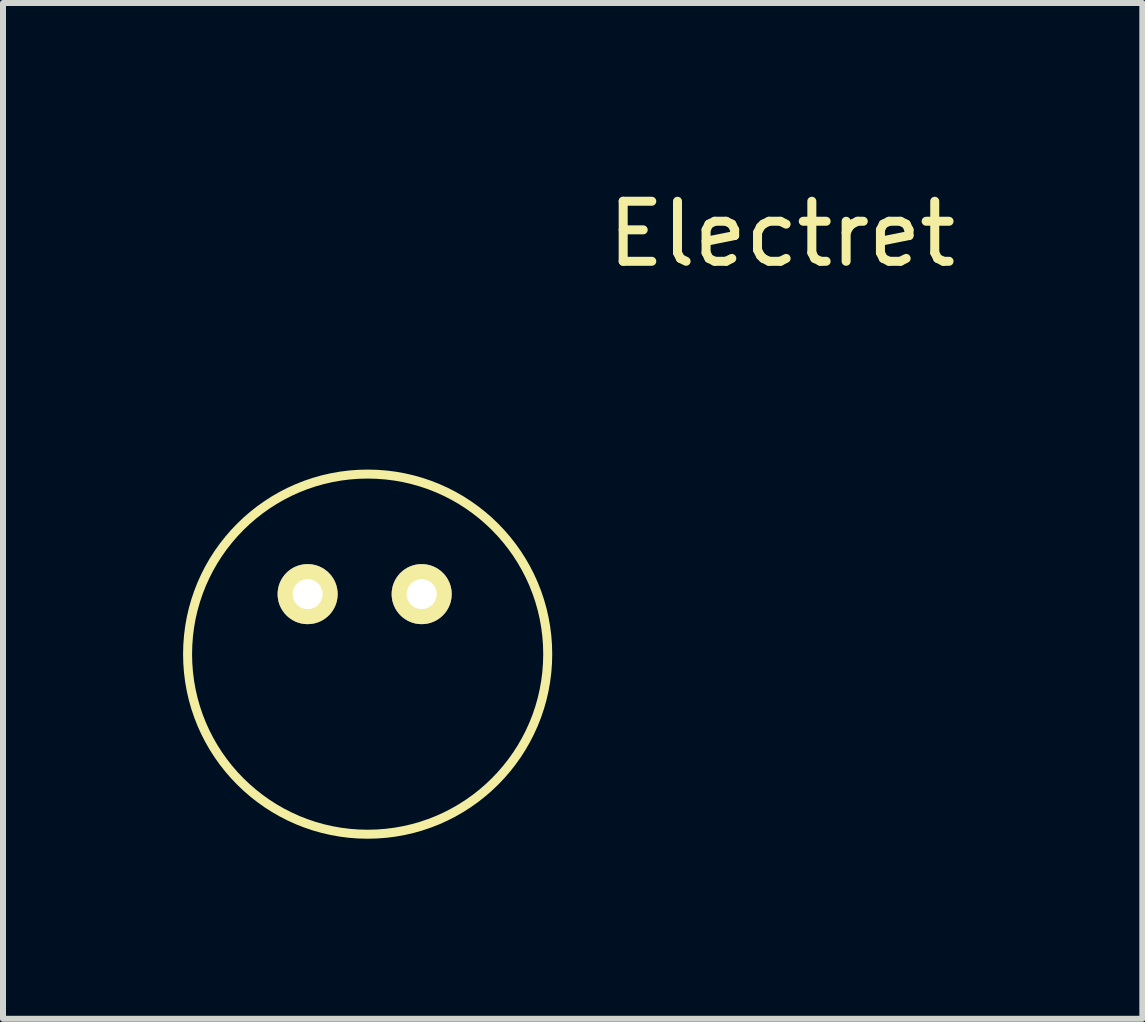
<source format=kicad_pcb>
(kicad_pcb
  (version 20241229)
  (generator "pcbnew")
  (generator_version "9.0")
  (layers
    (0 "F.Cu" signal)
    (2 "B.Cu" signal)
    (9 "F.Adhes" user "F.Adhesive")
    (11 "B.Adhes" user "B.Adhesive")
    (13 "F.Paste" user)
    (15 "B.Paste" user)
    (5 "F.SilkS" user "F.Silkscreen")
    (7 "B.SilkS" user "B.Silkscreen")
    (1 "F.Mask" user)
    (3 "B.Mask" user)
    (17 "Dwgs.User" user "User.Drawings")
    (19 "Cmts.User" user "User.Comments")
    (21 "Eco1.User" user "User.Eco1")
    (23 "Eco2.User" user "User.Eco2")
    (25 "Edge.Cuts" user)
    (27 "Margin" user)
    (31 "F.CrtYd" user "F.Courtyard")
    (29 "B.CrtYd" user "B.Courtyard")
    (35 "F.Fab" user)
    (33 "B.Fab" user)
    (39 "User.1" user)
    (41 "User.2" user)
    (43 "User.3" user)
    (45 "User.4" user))
  (footprint "Electret"
    (layer "F.Cu")
    (at 2.975 6.848)
    (property "Reference" "Electret" (at 7 -6 0) (layer "F.SilkS") (effects (font (size 1 1) (thickness 0.15))))
    (attr through_hole)
    (fp_circle (center 0.1 1) (end 3.1 1) (stroke (width 0.15) (type solid)) (fill no) (layer "F.SilkS"))
    (pad "3" thru_hole circle (at -0.9 0) (size 1 1) (drill 0.5) (layers "*.Cu" "*.Mask" "F.SilkS"))
    (pad "3" thru_hole circle (at 1 0) (size 1 1) (drill 0.5) (layers "*.Cu" "*.Mask" "F.SilkS")))
  (gr_rect
    (start -3 -3)
    (end 15.981 13.923)
    (stroke (width 0.1) (type default))
    (fill no)
    (layer "Edge.Cuts")))
</source>
